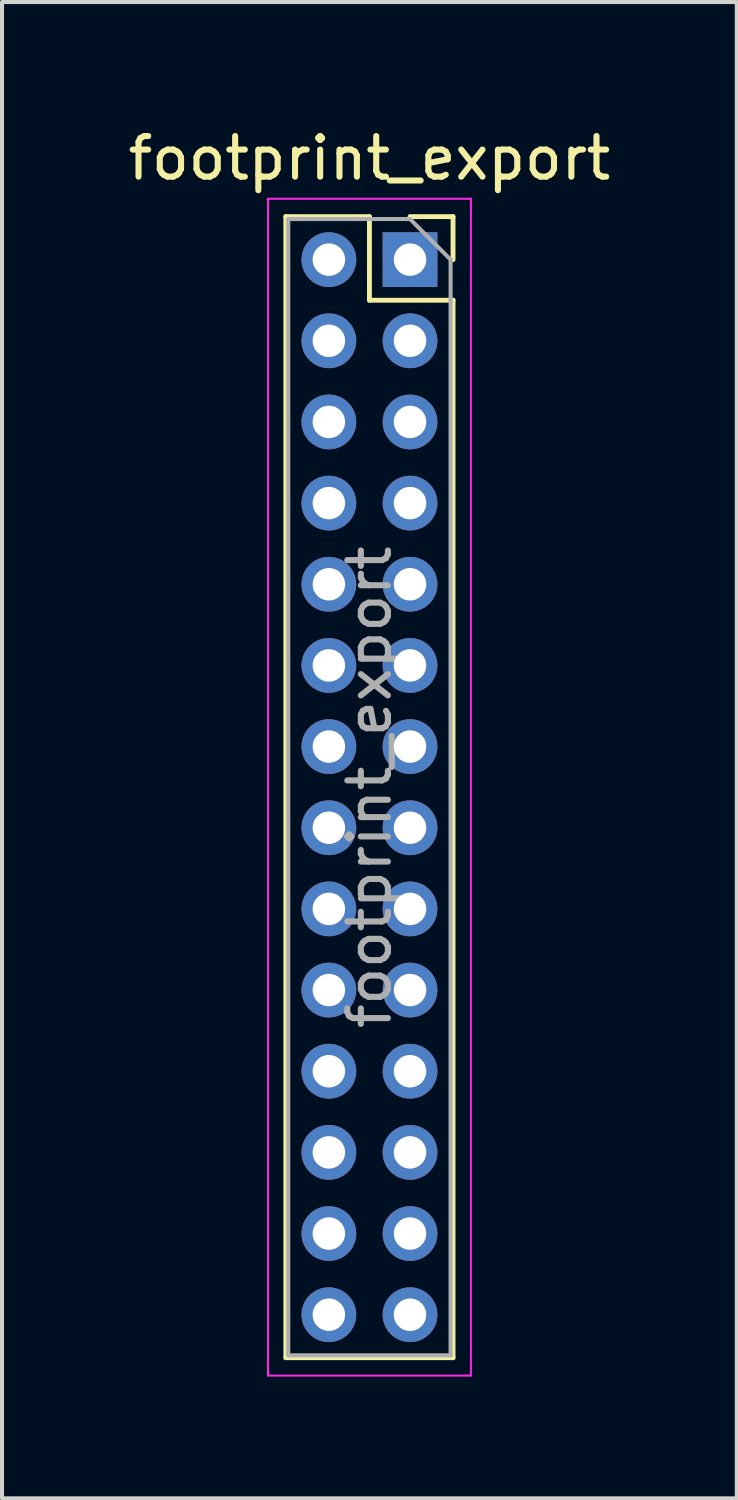
<source format=kicad_pcb>
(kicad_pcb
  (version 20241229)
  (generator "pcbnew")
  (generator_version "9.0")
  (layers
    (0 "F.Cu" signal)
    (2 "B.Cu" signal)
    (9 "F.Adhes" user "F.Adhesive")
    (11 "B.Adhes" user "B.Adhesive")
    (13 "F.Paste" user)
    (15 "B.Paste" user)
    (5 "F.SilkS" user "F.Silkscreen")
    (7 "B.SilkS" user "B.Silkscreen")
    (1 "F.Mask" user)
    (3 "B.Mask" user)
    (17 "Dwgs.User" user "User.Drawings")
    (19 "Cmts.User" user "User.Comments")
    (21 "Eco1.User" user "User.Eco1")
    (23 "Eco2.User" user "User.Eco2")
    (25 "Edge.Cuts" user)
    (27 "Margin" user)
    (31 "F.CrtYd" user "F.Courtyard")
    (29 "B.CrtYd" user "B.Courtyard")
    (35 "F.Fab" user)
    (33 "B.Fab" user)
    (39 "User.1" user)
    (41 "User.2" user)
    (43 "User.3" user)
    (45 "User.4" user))
  (footprint "footprint_export"
    (layer "F.Cu")
    (at 7.054 3.348)
    (property "Reference" "footprint_export" (at -1 -2.5 0) (layer "F.SilkS") (effects (font (size 1 1) (thickness 0.15))))
    (attr through_hole)
    (fp_line (start -3.06 -1.06) (end -3.06 27.06) (stroke (width 0.12) (type solid)) (layer "F.SilkS"))
    (fp_line (start -3.06 -1.06) (end -1 -1.06) (stroke (width 0.12) (type solid)) (layer "F.SilkS"))
    (fp_line (start -3.06 27.06) (end 1.06 27.06) (stroke (width 0.12) (type solid)) (layer "F.SilkS"))
    (fp_line (start -1 -1.06) (end -1 1) (stroke (width 0.12) (type solid)) (layer "F.SilkS"))
    (fp_line (start -1 1) (end 1.06 1) (stroke (width 0.12) (type solid)) (layer "F.SilkS"))
    (fp_line (start 0 -1.06) (end 1.06 -1.06) (stroke (width 0.12) (type solid)) (layer "F.SilkS"))
    (fp_line (start 1.06 -1.06) (end 1.06 0) (stroke (width 0.12) (type solid)) (layer "F.SilkS"))
    (fp_line (start 1.06 1) (end 1.06 27.06) (stroke (width 0.12) (type solid)) (layer "F.SilkS"))
    (fp_line (start -3.5 -1.5) (end 1.5 -1.5) (stroke (width 0.05) (type solid)) (layer "F.CrtYd"))
    (fp_line (start -3.5 27.5) (end -3.5 -1.5) (stroke (width 0.05) (type solid)) (layer "F.CrtYd"))
    (fp_line (start 1.5 -1.5) (end 1.5 27.5) (stroke (width 0.05) (type solid)) (layer "F.CrtYd"))
    (fp_line (start 1.5 27.5) (end -3.5 27.5) (stroke (width 0.05) (type solid)) (layer "F.CrtYd"))
    (fp_line (start -3 -1) (end 0 -1) (stroke (width 0.1) (type solid)) (layer "F.Fab"))
    (fp_line (start -3 27) (end -3 -1) (stroke (width 0.1) (type solid)) (layer "F.Fab"))
    (fp_line (start 0 -1) (end 1 0) (stroke (width 0.1) (type solid)) (layer "F.Fab"))
    (fp_line (start 1 0) (end 1 27) (stroke (width 0.1) (type solid)) (layer "F.Fab"))
    (fp_line (start 1 27) (end -3 27) (stroke (width 0.1) (type solid)) (layer "F.Fab"))
    (fp_text user "${REFERENCE}" (at -1 13 90) (layer "F.Fab") (effects (font (size 1 1) (thickness 0.15))))
    (pad "1" thru_hole rect (at 0 0) (size 1.35 1.35) (drill 0.8) (layers "*.Cu" "*.Mask"))
    (pad "2" thru_hole oval (at -2 0) (size 1.35 1.35) (drill 0.8) (layers "*.Cu" "*.Mask"))
    (pad "3" thru_hole oval (at 0 2) (size 1.35 1.35) (drill 0.8) (layers "*.Cu" "*.Mask"))
    (pad "4" thru_hole oval (at -2 2) (size 1.35 1.35) (drill 0.8) (layers "*.Cu" "*.Mask"))
    (pad "5" thru_hole oval (at 0 4) (size 1.35 1.35) (drill 0.8) (layers "*.Cu" "*.Mask"))
    (pad "6" thru_hole oval (at -2 4) (size 1.35 1.35) (drill 0.8) (layers "*.Cu" "*.Mask"))
    (pad "7" thru_hole oval (at 0 6) (size 1.35 1.35) (drill 0.8) (layers "*.Cu" "*.Mask"))
    (pad "8" thru_hole oval (at -2 6) (size 1.35 1.35) (drill 0.8) (layers "*.Cu" "*.Mask"))
    (pad "9" thru_hole oval (at 0 8) (size 1.35 1.35) (drill 0.8) (layers "*.Cu" "*.Mask"))
    (pad "10" thru_hole oval (at -2 8) (size 1.35 1.35) (drill 0.8) (layers "*.Cu" "*.Mask"))
    (pad "11" thru_hole oval (at 0 10) (size 1.35 1.35) (drill 0.8) (layers "*.Cu" "*.Mask"))
    (pad "12" thru_hole oval (at -2 10) (size 1.35 1.35) (drill 0.8) (layers "*.Cu" "*.Mask"))
    (pad "13" thru_hole oval (at 0 12) (size 1.35 1.35) (drill 0.8) (layers "*.Cu" "*.Mask"))
    (pad "14" thru_hole oval (at -2 12) (size 1.35 1.35) (drill 0.8) (layers "*.Cu" "*.Mask"))
    (pad "15" thru_hole oval (at 0 14) (size 1.35 1.35) (drill 0.8) (layers "*.Cu" "*.Mask"))
    (pad "16" thru_hole oval (at -2 14) (size 1.35 1.35) (drill 0.8) (layers "*.Cu" "*.Mask"))
    (pad "17" thru_hole oval (at 0 16) (size 1.35 1.35) (drill 0.8) (layers "*.Cu" "*.Mask"))
    (pad "18" thru_hole oval (at -2 16) (size 1.35 1.35) (drill 0.8) (layers "*.Cu" "*.Mask"))
    (pad "19" thru_hole oval (at 0 18) (size 1.35 1.35) (drill 0.8) (layers "*.Cu" "*.Mask"))
    (pad "20" thru_hole oval (at -2 18) (size 1.35 1.35) (drill 0.8) (layers "*.Cu" "*.Mask"))
    (pad "21" thru_hole oval (at 0 20) (size 1.35 1.35) (drill 0.8) (layers "*.Cu" "*.Mask"))
    (pad "22" thru_hole oval (at -2 20) (size 1.35 1.35) (drill 0.8) (layers "*.Cu" "*.Mask"))
    (pad "23" thru_hole oval (at 0 22) (size 1.35 1.35) (drill 0.8) (layers "*.Cu" "*.Mask"))
    (pad "24" thru_hole oval (at -2 22) (size 1.35 1.35) (drill 0.8) (layers "*.Cu" "*.Mask"))
    (pad "25" thru_hole oval (at 0 24) (size 1.35 1.35) (drill 0.8) (layers "*.Cu" "*.Mask"))
    (pad "26" thru_hole oval (at -2 24) (size 1.35 1.35) (drill 0.8) (layers "*.Cu" "*.Mask"))
    (pad "27" thru_hole oval (at 0 26) (size 1.35 1.35) (drill 0.8) (layers "*.Cu" "*.Mask"))
    (pad "28" thru_hole oval (at -2 26) (size 1.35 1.35) (drill 0.8) (layers "*.Cu" "*.Mask")))
  (gr_rect
    (start -3 -3)
    (end 15.107 33.873)
    (stroke (width 0.1) (type default))
    (fill no)
    (layer "Edge.Cuts")))
</source>
